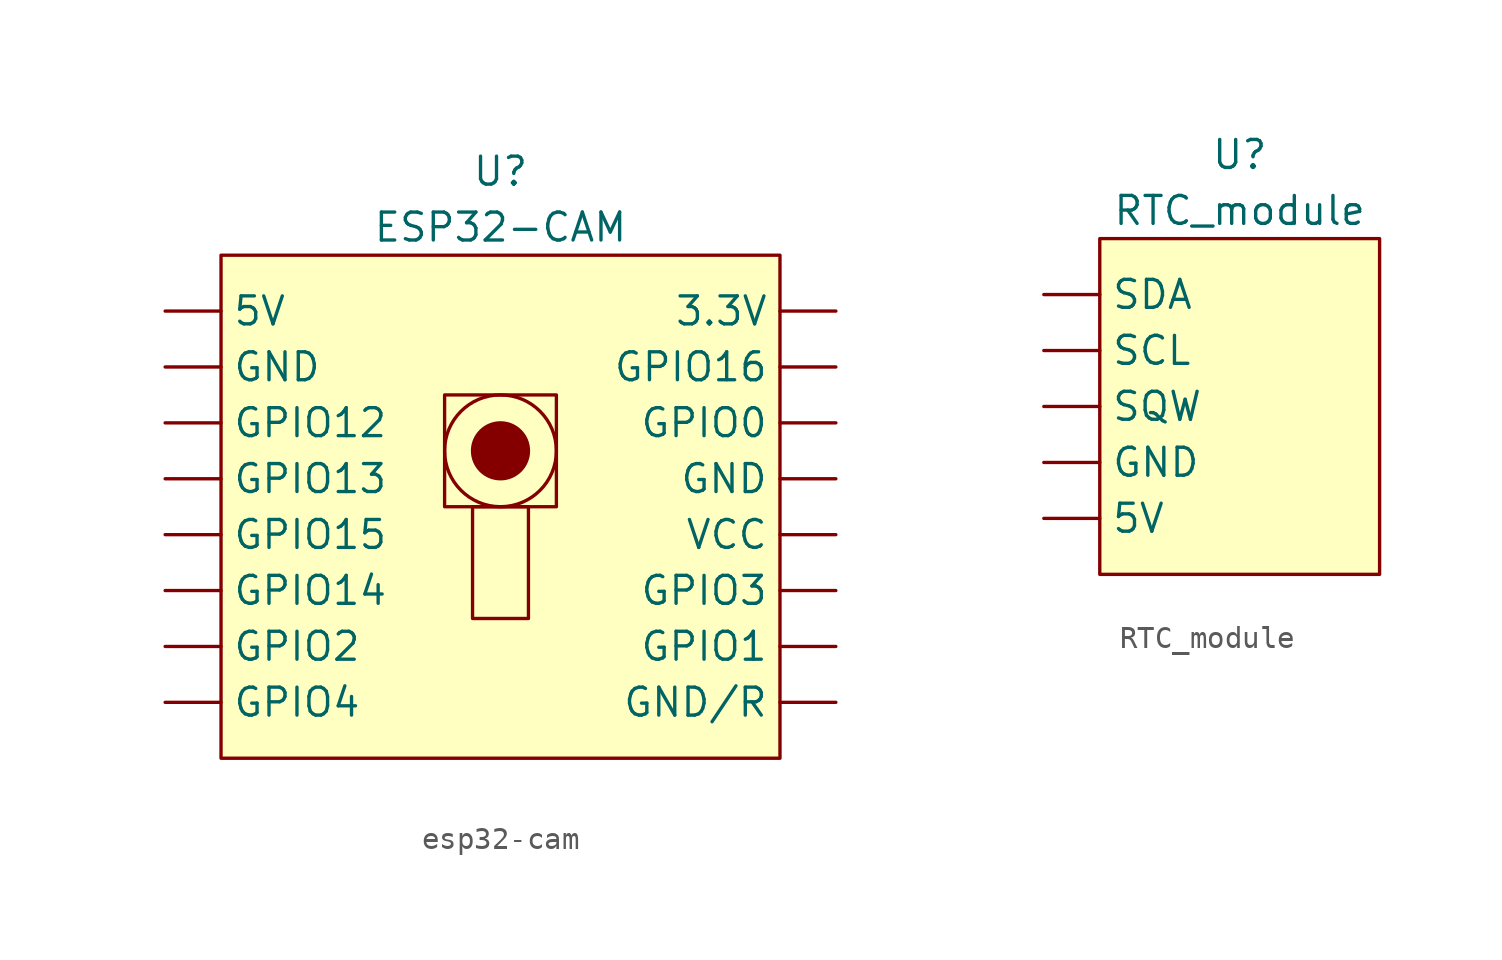
<source format=kicad_sym>
(kicad_symbol_lib
  (version 20220914)
  (generator kicad_symbol_editor)
  (symbol "esp32-cam"
    (property "Reference" "U"
      (at 12.7 26.67 0)
      (effects (font (size 1.27 1.27))))
    (property "Value" "ESP32-CAM"
      (at 12.7 24.13 0)
      (effects (font (size 1.27 1.27))))
    (symbol "esp32-cam_1_1"
      (rectangle (start 0 22.86) (end 25.4 0) (stroke (width 0) (type default)) (fill (type background)))
      (rectangle (start 10.16 16.51) (end 15.24 11.43) (stroke (width 0) (type default)) (fill (type none)))
      (rectangle (start 11.43 11.43) (end 13.97 6.35) (stroke (width 0) (type default)) (fill (type none)))
      (circle (center 12.7 13.97) (radius 1.27) (stroke (width 0) (type default)) (fill (type outline)))
      (circle (center 12.7 13.97) (radius 2.54) (stroke (width 0) (type default)) (fill (type none)))
      (pin bidirectional line (at 27.94 20.32 180) (length 2.54) (name "3.3V" (effects (font (size 1.27 1.27)))) (number "" (effects (font (size 1.27 1.27)))))
      (pin bidirectional line (at -2.54 20.32 0) (length 2.54) (name "5V" (effects (font (size 1.27 1.27)))) (number "" (effects (font (size 1.27 1.27)))))
      (pin bidirectional line (at -2.54 17.78 0) (length 2.54) (name "GND" (effects (font (size 1.27 1.27)))) (number "" (effects (font (size 1.27 1.27)))))
      (pin bidirectional line (at 27.94 12.7 180) (length 2.54) (name "GND" (effects (font (size 1.27 1.27)))) (number "" (effects (font (size 1.27 1.27)))))
      (pin bidirectional line (at 27.94 2.54 180) (length 2.54) (name "GND/R" (effects (font (size 1.27 1.27)))) (number "" (effects (font (size 1.27 1.27)))))
      (pin bidirectional line (at 27.94 15.24 180) (length 2.54) (name "GPIO0" (effects (font (size 1.27 1.27)))) (number "" (effects (font (size 1.27 1.27)))))
      (pin bidirectional line (at 27.94 5.08 180) (length 2.54) (name "GPIO1" (effects (font (size 1.27 1.27)))) (number "" (effects (font (size 1.27 1.27)))))
      (pin bidirectional line (at -2.54 15.24 0) (length 2.54) (name "GPIO12" (effects (font (size 1.27 1.27)))) (number "" (effects (font (size 1.27 1.27)))))
      (pin bidirectional line (at -2.54 12.7 0) (length 2.54) (name "GPIO13" (effects (font (size 1.27 1.27)))) (number "" (effects (font (size 1.27 1.27)))))
      (pin bidirectional line (at -2.54 7.62 0) (length 2.54) (name "GPIO14" (effects (font (size 1.27 1.27)))) (number "" (effects (font (size 1.27 1.27)))))
      (pin bidirectional line (at -2.54 10.16 0) (length 2.54) (name "GPIO15" (effects (font (size 1.27 1.27)))) (number "" (effects (font (size 1.27 1.27)))))
      (pin bidirectional line (at 27.94 17.78 180) (length 2.54) (name "GPIO16" (effects (font (size 1.27 1.27)))) (number "" (effects (font (size 1.27 1.27)))))
      (pin bidirectional line (at -2.54 5.08 0) (length 2.54) (name "GPIO2" (effects (font (size 1.27 1.27)))) (number "" (effects (font (size 1.27 1.27)))))
      (pin bidirectional line (at 27.94 7.62 180) (length 2.54) (name "GPIO3" (effects (font (size 1.27 1.27)))) (number "" (effects (font (size 1.27 1.27)))))
      (pin bidirectional line (at -2.54 2.54 0) (length 2.54) (name "GPIO4" (effects (font (size 1.27 1.27)))) (number "" (effects (font (size 1.27 1.27)))))
      (pin bidirectional line (at 27.94 10.16 180) (length 2.54) (name "VCC" (effects (font (size 1.27 1.27)))) (number "" (effects (font (size 1.27 1.27)))))))
  (symbol "RTC_module"
    (property "Reference" "U"
      (at 6.35 19.05 0)
      (effects (font (size 1.27 1.27))))
    (property "Value" "RTC_module"
      (at 6.35 16.51 0)
      (effects (font (size 1.27 1.27))))
    (symbol "RTC_module_1_1"
      (rectangle (start 0 15.24) (end 12.7 0) (stroke (width 0) (type default)) (fill (type background)))
      (pin bidirectional line (at -2.54 2.54 0) (length 2.54) (name "5V" (effects (font (size 1.27 1.27)))) (number "" (effects (font (size 1.27 1.27)))))
      (pin bidirectional line (at -2.54 5.08 0) (length 2.54) (name "GND" (effects (font (size 1.27 1.27)))) (number "" (effects (font (size 1.27 1.27)))))
      (pin bidirectional line (at -2.54 10.16 0) (length 2.54) (name "SCL" (effects (font (size 1.27 1.27)))) (number "" (effects (font (size 1.27 1.27)))))
      (pin bidirectional line (at -2.54 12.7 0) (length 2.54) (name "SDA" (effects (font (size 1.27 1.27)))) (number "" (effects (font (size 1.27 1.27)))))
      (pin bidirectional line (at -2.54 7.62 0) (length 2.54) (name "SQW" (effects (font (size 1.27 1.27)))) (number "" (effects (font (size 1.27 1.27))))))))
</source>
